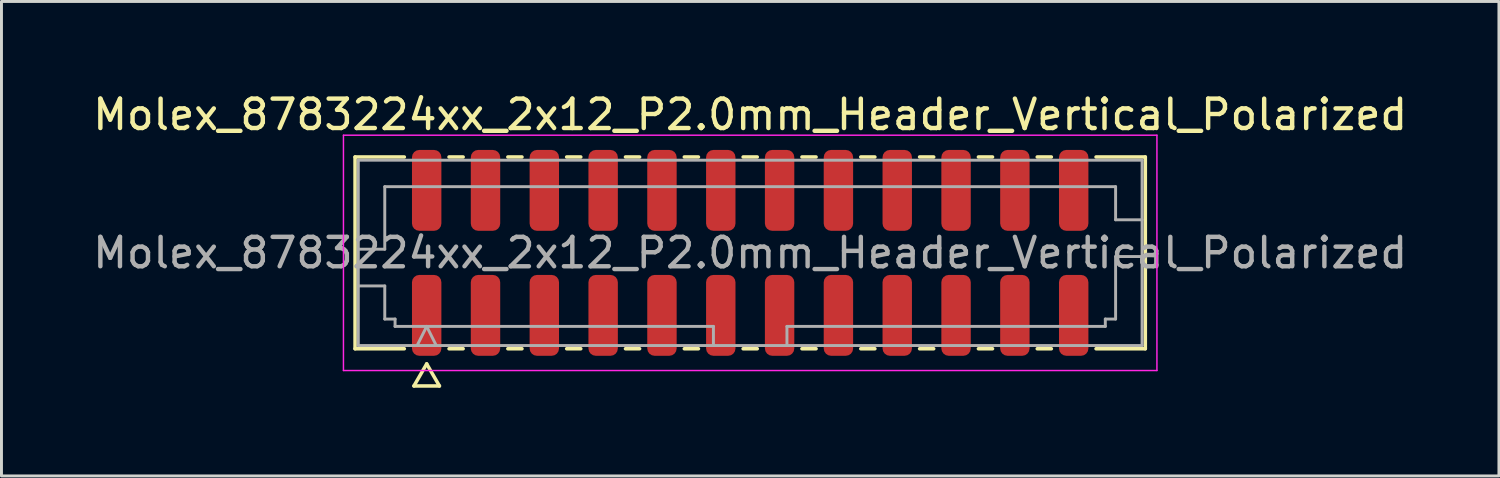
<source format=kicad_pcb>
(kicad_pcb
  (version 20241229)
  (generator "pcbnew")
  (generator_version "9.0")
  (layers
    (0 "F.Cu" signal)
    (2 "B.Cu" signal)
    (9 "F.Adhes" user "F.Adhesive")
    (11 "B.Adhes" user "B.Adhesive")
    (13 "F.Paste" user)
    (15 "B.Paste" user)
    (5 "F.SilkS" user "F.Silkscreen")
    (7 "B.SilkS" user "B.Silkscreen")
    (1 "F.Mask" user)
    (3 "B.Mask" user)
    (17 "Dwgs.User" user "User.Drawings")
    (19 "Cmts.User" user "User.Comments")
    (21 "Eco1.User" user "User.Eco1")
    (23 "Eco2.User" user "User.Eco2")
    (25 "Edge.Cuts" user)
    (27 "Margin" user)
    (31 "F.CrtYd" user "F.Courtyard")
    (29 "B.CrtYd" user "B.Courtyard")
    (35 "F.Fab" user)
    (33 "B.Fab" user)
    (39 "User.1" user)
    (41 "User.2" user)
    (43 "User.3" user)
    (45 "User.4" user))
  (footprint "Molex_8783224xx_2x12_P2.0mm_Header_Vertical_Polarized"
    (layer "F.Cu")
    (at 22.458 5.548)
    (property "Reference" "Molex_8783224xx_2x12_P2.0mm_Header_Vertical_Polarized" (at 0 -4.7 0) (layer "F.SilkS") (effects (font (size 1 1) (thickness 0.15))))
    (attr smd)
    (fp_line (start -13.435 -3.26) (end -11.76 -3.26) (stroke (width 0.12) (type solid)) (layer "F.SilkS"))
    (fp_line (start -13.435 3.26) (end -13.435 -3.26) (stroke (width 0.12) (type solid)) (layer "F.SilkS"))
    (fp_line (start -11.76 3.26) (end -13.435 3.26) (stroke (width 0.12) (type solid)) (layer "F.SilkS"))
    (fp_line (start -11.433 4.525) (end -11 3.775) (stroke (width 0.12) (type solid)) (layer "F.SilkS"))
    (fp_line (start -11 3.775) (end -10.567 4.525) (stroke (width 0.12) (type solid)) (layer "F.SilkS"))
    (fp_line (start -10.567 4.525) (end -11.433 4.525) (stroke (width 0.12) (type solid)) (layer "F.SilkS"))
    (fp_line (start -10.24 -3.26) (end -9.76 -3.26) (stroke (width 0.12) (type solid)) (layer "F.SilkS"))
    (fp_line (start -9.76 3.26) (end -10.24 3.26) (stroke (width 0.12) (type solid)) (layer "F.SilkS"))
    (fp_line (start -8.24 -3.26) (end -7.76 -3.26) (stroke (width 0.12) (type solid)) (layer "F.SilkS"))
    (fp_line (start -7.76 3.26) (end -8.24 3.26) (stroke (width 0.12) (type solid)) (layer "F.SilkS"))
    (fp_line (start -6.24 -3.26) (end -5.76 -3.26) (stroke (width 0.12) (type solid)) (layer "F.SilkS"))
    (fp_line (start -5.76 3.26) (end -6.24 3.26) (stroke (width 0.12) (type solid)) (layer "F.SilkS"))
    (fp_line (start -4.24 -3.26) (end -3.76 -3.26) (stroke (width 0.12) (type solid)) (layer "F.SilkS"))
    (fp_line (start -3.76 3.26) (end -4.24 3.26) (stroke (width 0.12) (type solid)) (layer "F.SilkS"))
    (fp_line (start -2.24 -3.26) (end -1.76 -3.26) (stroke (width 0.12) (type solid)) (layer "F.SilkS"))
    (fp_line (start -1.76 3.26) (end -2.24 3.26) (stroke (width 0.12) (type solid)) (layer "F.SilkS"))
    (fp_line (start -0.24 -3.26) (end 0.24 -3.26) (stroke (width 0.12) (type solid)) (layer "F.SilkS"))
    (fp_line (start 0.24 3.26) (end -0.24 3.26) (stroke (width 0.12) (type solid)) (layer "F.SilkS"))
    (fp_line (start 1.76 -3.26) (end 2.24 -3.26) (stroke (width 0.12) (type solid)) (layer "F.SilkS"))
    (fp_line (start 2.24 3.26) (end 1.76 3.26) (stroke (width 0.12) (type solid)) (layer "F.SilkS"))
    (fp_line (start 3.76 -3.26) (end 4.24 -3.26) (stroke (width 0.12) (type solid)) (layer "F.SilkS"))
    (fp_line (start 4.24 3.26) (end 3.76 3.26) (stroke (width 0.12) (type solid)) (layer "F.SilkS"))
    (fp_line (start 5.76 -3.26) (end 6.24 -3.26) (stroke (width 0.12) (type solid)) (layer "F.SilkS"))
    (fp_line (start 6.24 3.26) (end 5.76 3.26) (stroke (width 0.12) (type solid)) (layer "F.SilkS"))
    (fp_line (start 7.76 -3.26) (end 8.24 -3.26) (stroke (width 0.12) (type solid)) (layer "F.SilkS"))
    (fp_line (start 8.24 3.26) (end 7.76 3.26) (stroke (width 0.12) (type solid)) (layer "F.SilkS"))
    (fp_line (start 9.76 -3.26) (end 10.24 -3.26) (stroke (width 0.12) (type solid)) (layer "F.SilkS"))
    (fp_line (start 10.24 3.26) (end 9.76 3.26) (stroke (width 0.12) (type solid)) (layer "F.SilkS"))
    (fp_line (start 11.76 -3.26) (end 13.435 -3.26) (stroke (width 0.12) (type solid)) (layer "F.SilkS"))
    (fp_line (start 13.435 -3.26) (end 13.435 3.26) (stroke (width 0.12) (type solid)) (layer "F.SilkS"))
    (fp_line (start 13.435 3.26) (end 11.76 3.26) (stroke (width 0.12) (type solid)) (layer "F.SilkS"))
    (fp_line (start -13.83 -4) (end -13.83 4) (stroke (width 0.05) (type solid)) (layer "F.CrtYd"))
    (fp_line (start -13.83 4) (end 13.83 4) (stroke (width 0.05) (type solid)) (layer "F.CrtYd"))
    (fp_line (start 13.83 -4) (end -13.83 -4) (stroke (width 0.05) (type solid)) (layer "F.CrtYd"))
    (fp_line (start 13.83 4) (end 13.83 -4) (stroke (width 0.05) (type solid)) (layer "F.CrtYd"))
    (fp_line (start -13.325 -3.15) (end 13.325 -3.15) (stroke (width 0.1) (type solid)) (layer "F.Fab"))
    (fp_line (start -13.325 -0.125) (end -12.425 -0.125) (stroke (width 0.1) (type solid)) (layer "F.Fab"))
    (fp_line (start -13.325 1.125) (end -12.425 1.125) (stroke (width 0.1) (type solid)) (layer "F.Fab"))
    (fp_line (start -13.325 3.15) (end -13.325 -3.15) (stroke (width 0.1) (type solid)) (layer "F.Fab"))
    (fp_line (start -12.425 -2.25) (end 12.425 -2.25) (stroke (width 0.1) (type solid)) (layer "F.Fab"))
    (fp_line (start -12.425 -0.125) (end -12.425 -2.25) (stroke (width 0.1) (type solid)) (layer "F.Fab"))
    (fp_line (start -12.425 1.125) (end -12.425 2.25) (stroke (width 0.1) (type solid)) (layer "F.Fab"))
    (fp_line (start -12.425 2.25) (end -12.075 2.25) (stroke (width 0.1) (type solid)) (layer "F.Fab"))
    (fp_line (start -12.075 2.25) (end -12.075 2.5) (stroke (width 0.1) (type solid)) (layer "F.Fab"))
    (fp_line (start -12.075 2.5) (end -1.25 2.5) (stroke (width 0.1) (type solid)) (layer "F.Fab"))
    (fp_line (start -11.325 3.15) (end -11 2.5) (stroke (width 0.1) (type solid)) (layer "F.Fab"))
    (fp_line (start -11 2.5) (end -10.675 3.15) (stroke (width 0.1) (type solid)) (layer "F.Fab"))
    (fp_line (start -1.25 2.5) (end -1.25 3.15) (stroke (width 0.1) (type solid)) (layer "F.Fab"))
    (fp_line (start 1.25 2.5) (end 1.25 3.15) (stroke (width 0.1) (type solid)) (layer "F.Fab"))
    (fp_line (start 1.25 2.5) (end 12.075 2.5) (stroke (width 0.1) (type solid)) (layer "F.Fab"))
    (fp_line (start 12.075 2.25) (end 12.425 2.25) (stroke (width 0.1) (type solid)) (layer "F.Fab"))
    (fp_line (start 12.075 2.5) (end 12.075 2.25) (stroke (width 0.1) (type solid)) (layer "F.Fab"))
    (fp_line (start 12.425 -2.25) (end 12.425 -1.125) (stroke (width 0.1) (type solid)) (layer "F.Fab"))
    (fp_line (start 12.425 -1.125) (end 13.325 -1.125) (stroke (width 0.1) (type solid)) (layer "F.Fab"))
    (fp_line (start 12.425 0.125) (end 13.325 0.125) (stroke (width 0.1) (type solid)) (layer "F.Fab"))
    (fp_line (start 12.425 2.25) (end 12.425 0.125) (stroke (width 0.1) (type solid)) (layer "F.Fab"))
    (fp_line (start 13.325 -3.15) (end 13.325 3.15) (stroke (width 0.1) (type solid)) (layer "F.Fab"))
    (fp_line (start 13.325 3.15) (end -13.325 3.15) (stroke (width 0.1) (type solid)) (layer "F.Fab"))
    (fp_text user "${REFERENCE}" (at 0 0 0) (layer "F.Fab") (effects (font (size 1 1) (thickness 0.15))))
    (pad "1" smd roundrect (at -11 2.125) (size 1 2.75) (layers "F.Cu" "F.Mask" "F.Paste") (roundrect_rratio 0.25))
    (pad "2" smd roundrect (at -11 -2.125) (size 1 2.75) (layers "F.Cu" "F.Mask" "F.Paste") (roundrect_rratio 0.25))
    (pad "3" smd roundrect (at -9 2.125) (size 1 2.75) (layers "F.Cu" "F.Mask" "F.Paste") (roundrect_rratio 0.25))
    (pad "4" smd roundrect (at -9 -2.125) (size 1 2.75) (layers "F.Cu" "F.Mask" "F.Paste") (roundrect_rratio 0.25))
    (pad "5" smd roundrect (at -7 2.125) (size 1 2.75) (layers "F.Cu" "F.Mask" "F.Paste") (roundrect_rratio 0.25))
    (pad "6" smd roundrect (at -7 -2.125) (size 1 2.75) (layers "F.Cu" "F.Mask" "F.Paste") (roundrect_rratio 0.25))
    (pad "7" smd roundrect (at -5 2.125) (size 1 2.75) (layers "F.Cu" "F.Mask" "F.Paste") (roundrect_rratio 0.25))
    (pad "8" smd roundrect (at -5 -2.125) (size 1 2.75) (layers "F.Cu" "F.Mask" "F.Paste") (roundrect_rratio 0.25))
    (pad "9" smd roundrect (at -3 2.125) (size 1 2.75) (layers "F.Cu" "F.Mask" "F.Paste") (roundrect_rratio 0.25))
    (pad "10" smd roundrect (at -3 -2.125) (size 1 2.75) (layers "F.Cu" "F.Mask" "F.Paste") (roundrect_rratio 0.25))
    (pad "11" smd roundrect (at -1 2.125) (size 1 2.75) (layers "F.Cu" "F.Mask" "F.Paste") (roundrect_rratio 0.25))
    (pad "12" smd roundrect (at -1 -2.125) (size 1 2.75) (layers "F.Cu" "F.Mask" "F.Paste") (roundrect_rratio 0.25))
    (pad "13" smd roundrect (at 1 2.125) (size 1 2.75) (layers "F.Cu" "F.Mask" "F.Paste") (roundrect_rratio 0.25))
    (pad "14" smd roundrect (at 1 -2.125) (size 1 2.75) (layers "F.Cu" "F.Mask" "F.Paste") (roundrect_rratio 0.25))
    (pad "15" smd roundrect (at 3 2.125) (size 1 2.75) (layers "F.Cu" "F.Mask" "F.Paste") (roundrect_rratio 0.25))
    (pad "16" smd roundrect (at 3 -2.125) (size 1 2.75) (layers "F.Cu" "F.Mask" "F.Paste") (roundrect_rratio 0.25))
    (pad "17" smd roundrect (at 5 2.125) (size 1 2.75) (layers "F.Cu" "F.Mask" "F.Paste") (roundrect_rratio 0.25))
    (pad "18" smd roundrect (at 5 -2.125) (size 1 2.75) (layers "F.Cu" "F.Mask" "F.Paste") (roundrect_rratio 0.25))
    (pad "19" smd roundrect (at 7 2.125) (size 1 2.75) (layers "F.Cu" "F.Mask" "F.Paste") (roundrect_rratio 0.25))
    (pad "20" smd roundrect (at 7 -2.125) (size 1 2.75) (layers "F.Cu" "F.Mask" "F.Paste") (roundrect_rratio 0.25))
    (pad "21" smd roundrect (at 9 2.125) (size 1 2.75) (layers "F.Cu" "F.Mask" "F.Paste") (roundrect_rratio 0.25))
    (pad "22" smd roundrect (at 9 -2.125) (size 1 2.75) (layers "F.Cu" "F.Mask" "F.Paste") (roundrect_rratio 0.25))
    (pad "23" smd roundrect (at 11 2.125) (size 1 2.75) (layers "F.Cu" "F.Mask" "F.Paste") (roundrect_rratio 0.25))
    (pad "24" smd roundrect (at 11 -2.125) (size 1 2.75) (layers "F.Cu" "F.Mask" "F.Paste") (roundrect_rratio 0.25)))
  (gr_rect
    (start -3 -3)
    (end 47.917 13.133)
    (stroke (width 0.1) (type default))
    (fill no)
    (layer "Edge.Cuts")))
</source>
